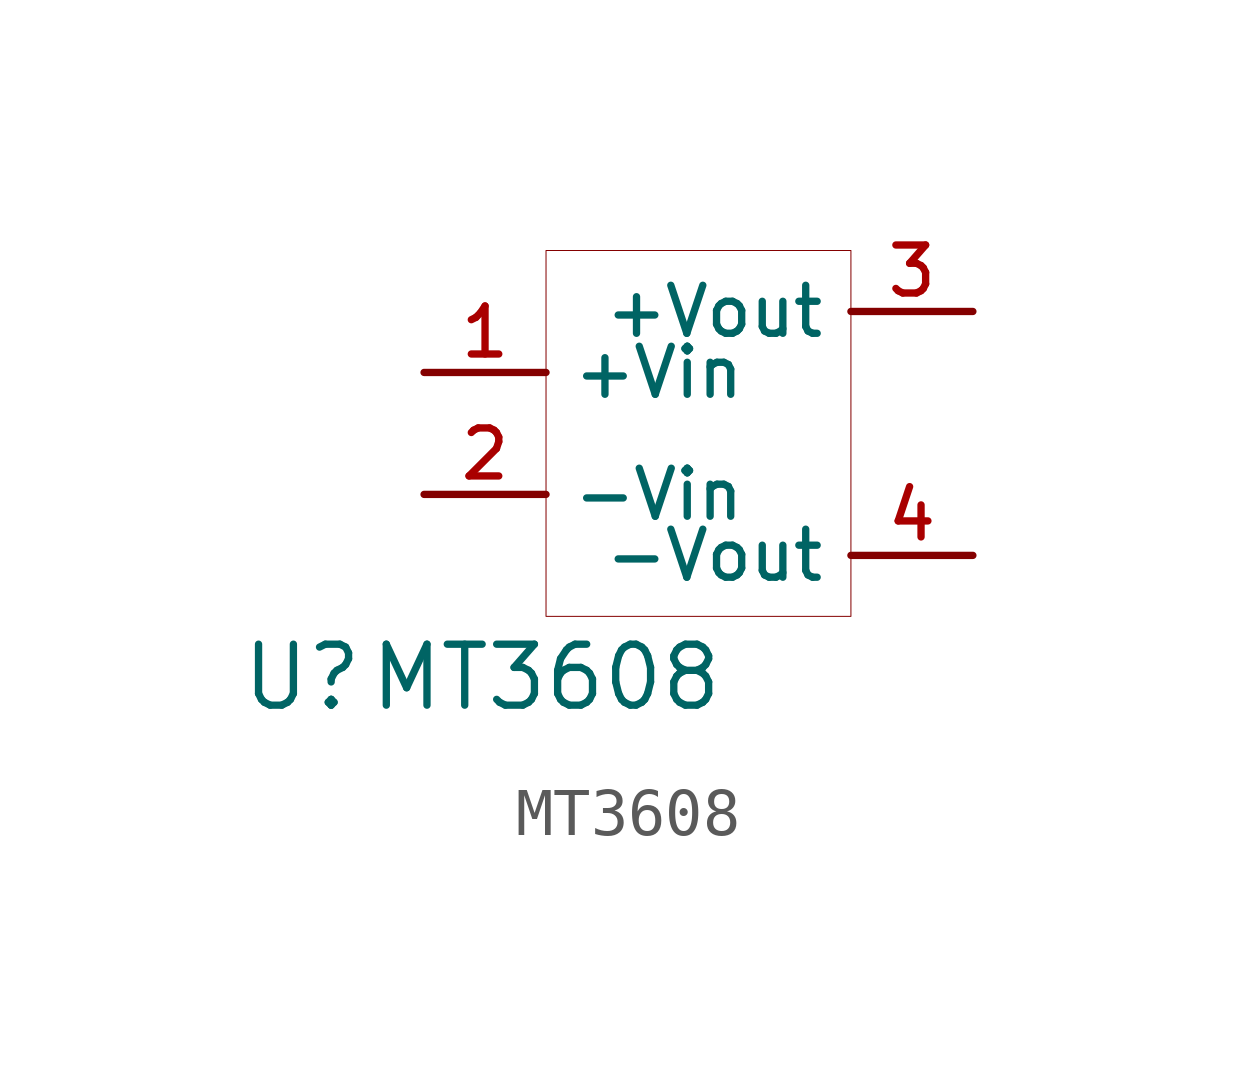
<source format=kicad_sym>
(kicad_symbol_lib
  (version 20200820)
  (host kicad_symbol_editor "(5.99.0-2965-g3673c23696)")
  (symbol "myDCDC_Converter:MT3608"
    (property "Reference" "U"
      (at -5.08 -7.62 0)
      (effects (font (size 1.27 1.27))))
    (property "Value" "MT3608"
      (at 0 -7.62 0)
      (effects (font (size 1.27 1.27))))
    (symbol "MT3608_0_1"
      (rectangle (start 6.35 -6.35) (end 0 1.27) (stroke (width 0.001)) (fill (type none))))
    (symbol "MT3608_1_1"
      (pin power_in line (at -2.54 -1.27 0) (length 2.54) (name "+Vin" (effects (font (size 1 1)))) (number "1" (effects (font (size 1 1)))))
      (pin power_in line (at -2.54 -3.81 0) (length 2.54) (name "-Vin" (effects (font (size 1 1)))) (number "2" (effects (font (size 1 1)))))
      (pin power_out line (at 8.89 0 180) (length 2.54) (name "+Vout" (effects (font (size 1 1)))) (number "3" (effects (font (size 1 1)))))
      (pin power_out line (at 8.89 -5.08 180) (length 2.54) (name "-Vout" (effects (font (size 1 1)))) (number "4" (effects (font (size 1 1))))))))
</source>
